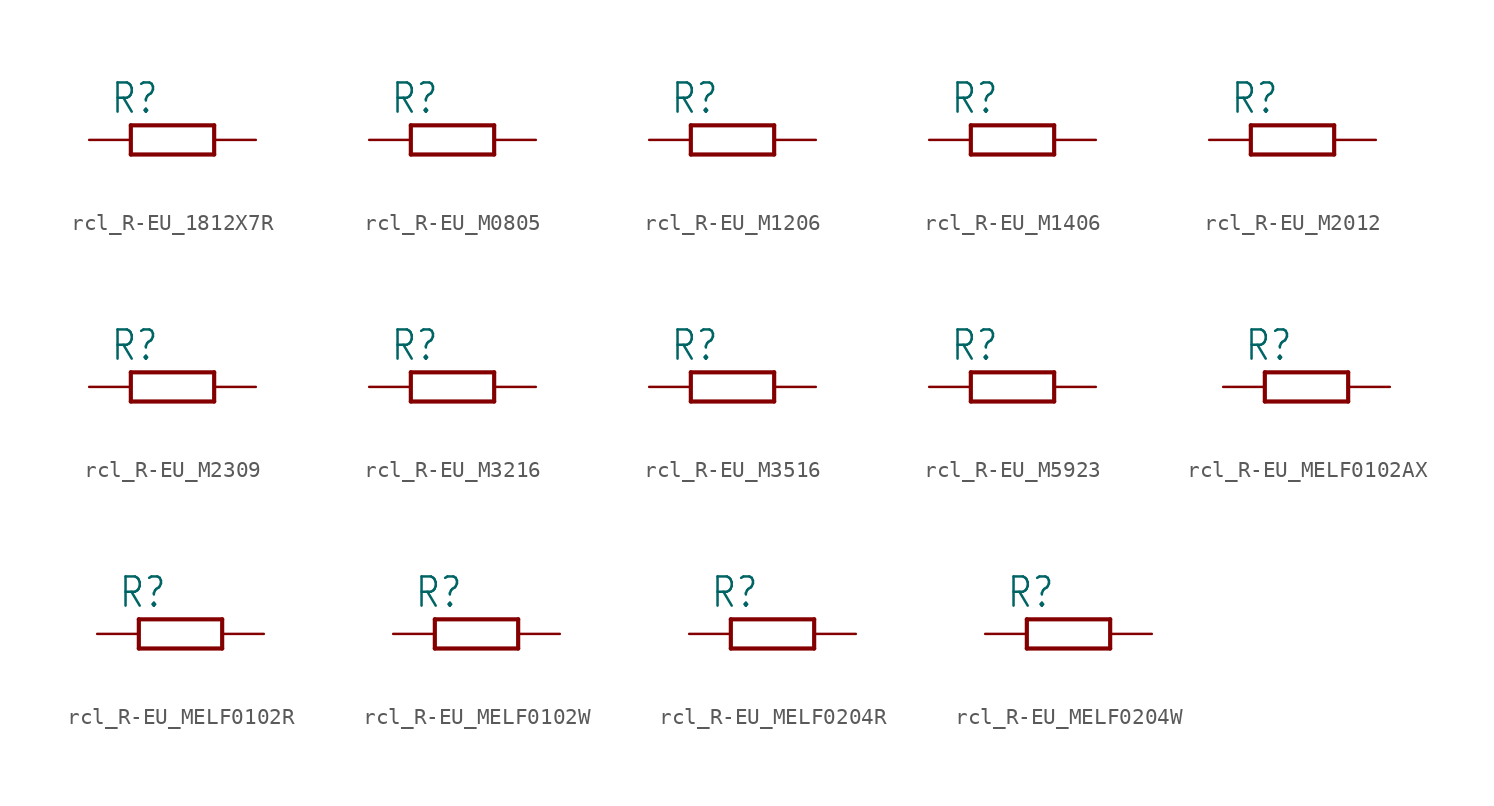
<source format=kicad_sym>
(kicad_symbol_lib
  (version 20241209)
  (generator "kicad_symbol_editor")
  (generator_version "9.0")
  (symbol "rcl_R-EU_1812X7R"
    (property "Reference" "R"
      (at -3.81 1.499 0)
      (effects (font (size 1.778 1.511)) (justify left bottom)))
    (property "Value" ""
      (at -3.81 -3.302 0)
      (effects (font (size 1.778 1.511)) (justify left bottom)))
    (property "ki_locked" ""
      (at 0 0 0)
      (effects (font (size 1.27 1.27))))
    (symbol "rcl_R-EU_1812X7R_1_0"
      (polyline (pts (xy -2.54 -0.889) (xy -2.54 0.889)) (stroke (width 0.254) (type solid)) (fill (type none)))
      (polyline (pts (xy -2.54 -0.889) (xy 2.54 -0.889)) (stroke (width 0.254) (type solid)) (fill (type none)))
      (polyline (pts (xy 2.54 0.889) (xy -2.54 0.889)) (stroke (width 0.254) (type solid)) (fill (type none)))
      (polyline (pts (xy 2.54 -0.889) (xy 2.54 0.889)) (stroke (width 0.254) (type solid)) (fill (type none)))
      (pin passive line (at -5.08 0 0) (length 2.54) (name "1" (effects (font (size 0 0)))) (number "1" (effects (font (size 0 0)))))
      (pin passive line (at 5.08 0 180) (length 2.54) (name "2" (effects (font (size 0 0)))) (number "2" (effects (font (size 0 0)))))))
  (symbol "rcl_R-EU_M0805"
    (property "Reference" "R"
      (at -3.81 1.499 0)
      (effects (font (size 1.778 1.511)) (justify left bottom)))
    (property "Value" ""
      (at -3.81 -3.302 0)
      (effects (font (size 1.778 1.511)) (justify left bottom)))
    (property "ki_locked" ""
      (at 0 0 0)
      (effects (font (size 1.27 1.27))))
    (symbol "rcl_R-EU_M0805_1_0"
      (polyline (pts (xy -2.54 -0.889) (xy -2.54 0.889)) (stroke (width 0.254) (type solid)) (fill (type none)))
      (polyline (pts (xy -2.54 -0.889) (xy 2.54 -0.889)) (stroke (width 0.254) (type solid)) (fill (type none)))
      (polyline (pts (xy 2.54 0.889) (xy -2.54 0.889)) (stroke (width 0.254) (type solid)) (fill (type none)))
      (polyline (pts (xy 2.54 -0.889) (xy 2.54 0.889)) (stroke (width 0.254) (type solid)) (fill (type none)))
      (pin passive line (at -5.08 0 0) (length 2.54) (name "1" (effects (font (size 0 0)))) (number "1" (effects (font (size 0 0)))))
      (pin passive line (at 5.08 0 180) (length 2.54) (name "2" (effects (font (size 0 0)))) (number "2" (effects (font (size 0 0)))))))
  (symbol "rcl_R-EU_M1206"
    (property "Reference" "R"
      (at -3.81 1.499 0)
      (effects (font (size 1.778 1.511)) (justify left bottom)))
    (property "Value" ""
      (at -3.81 -3.302 0)
      (effects (font (size 1.778 1.511)) (justify left bottom)))
    (property "ki_locked" ""
      (at 0 0 0)
      (effects (font (size 1.27 1.27))))
    (symbol "rcl_R-EU_M1206_1_0"
      (polyline (pts (xy -2.54 -0.889) (xy -2.54 0.889)) (stroke (width 0.254) (type solid)) (fill (type none)))
      (polyline (pts (xy -2.54 -0.889) (xy 2.54 -0.889)) (stroke (width 0.254) (type solid)) (fill (type none)))
      (polyline (pts (xy 2.54 0.889) (xy -2.54 0.889)) (stroke (width 0.254) (type solid)) (fill (type none)))
      (polyline (pts (xy 2.54 -0.889) (xy 2.54 0.889)) (stroke (width 0.254) (type solid)) (fill (type none)))
      (pin passive line (at -5.08 0 0) (length 2.54) (name "1" (effects (font (size 0 0)))) (number "1" (effects (font (size 0 0)))))
      (pin passive line (at 5.08 0 180) (length 2.54) (name "2" (effects (font (size 0 0)))) (number "2" (effects (font (size 0 0)))))))
  (symbol "rcl_R-EU_M1406"
    (property "Reference" "R"
      (at -3.81 1.499 0)
      (effects (font (size 1.778 1.511)) (justify left bottom)))
    (property "Value" ""
      (at -3.81 -3.302 0)
      (effects (font (size 1.778 1.511)) (justify left bottom)))
    (property "ki_locked" ""
      (at 0 0 0)
      (effects (font (size 1.27 1.27))))
    (symbol "rcl_R-EU_M1406_1_0"
      (polyline (pts (xy -2.54 -0.889) (xy -2.54 0.889)) (stroke (width 0.254) (type solid)) (fill (type none)))
      (polyline (pts (xy -2.54 -0.889) (xy 2.54 -0.889)) (stroke (width 0.254) (type solid)) (fill (type none)))
      (polyline (pts (xy 2.54 0.889) (xy -2.54 0.889)) (stroke (width 0.254) (type solid)) (fill (type none)))
      (polyline (pts (xy 2.54 -0.889) (xy 2.54 0.889)) (stroke (width 0.254) (type solid)) (fill (type none)))
      (pin passive line (at -5.08 0 0) (length 2.54) (name "1" (effects (font (size 0 0)))) (number "1" (effects (font (size 0 0)))))
      (pin passive line (at 5.08 0 180) (length 2.54) (name "2" (effects (font (size 0 0)))) (number "2" (effects (font (size 0 0)))))))
  (symbol "rcl_R-EU_M2012"
    (property "Reference" "R"
      (at -3.81 1.499 0)
      (effects (font (size 1.778 1.511)) (justify left bottom)))
    (property "Value" ""
      (at -3.81 -3.302 0)
      (effects (font (size 1.778 1.511)) (justify left bottom)))
    (property "ki_locked" ""
      (at 0 0 0)
      (effects (font (size 1.27 1.27))))
    (symbol "rcl_R-EU_M2012_1_0"
      (polyline (pts (xy -2.54 -0.889) (xy -2.54 0.889)) (stroke (width 0.254) (type solid)) (fill (type none)))
      (polyline (pts (xy -2.54 -0.889) (xy 2.54 -0.889)) (stroke (width 0.254) (type solid)) (fill (type none)))
      (polyline (pts (xy 2.54 0.889) (xy -2.54 0.889)) (stroke (width 0.254) (type solid)) (fill (type none)))
      (polyline (pts (xy 2.54 -0.889) (xy 2.54 0.889)) (stroke (width 0.254) (type solid)) (fill (type none)))
      (pin passive line (at -5.08 0 0) (length 2.54) (name "1" (effects (font (size 0 0)))) (number "1" (effects (font (size 0 0)))))
      (pin passive line (at 5.08 0 180) (length 2.54) (name "2" (effects (font (size 0 0)))) (number "2" (effects (font (size 0 0)))))))
  (symbol "rcl_R-EU_M2309"
    (property "Reference" "R"
      (at -3.81 1.499 0)
      (effects (font (size 1.778 1.511)) (justify left bottom)))
    (property "Value" ""
      (at -3.81 -3.302 0)
      (effects (font (size 1.778 1.511)) (justify left bottom)))
    (property "ki_locked" ""
      (at 0 0 0)
      (effects (font (size 1.27 1.27))))
    (symbol "rcl_R-EU_M2309_1_0"
      (polyline (pts (xy -2.54 -0.889) (xy -2.54 0.889)) (stroke (width 0.254) (type solid)) (fill (type none)))
      (polyline (pts (xy -2.54 -0.889) (xy 2.54 -0.889)) (stroke (width 0.254) (type solid)) (fill (type none)))
      (polyline (pts (xy 2.54 0.889) (xy -2.54 0.889)) (stroke (width 0.254) (type solid)) (fill (type none)))
      (polyline (pts (xy 2.54 -0.889) (xy 2.54 0.889)) (stroke (width 0.254) (type solid)) (fill (type none)))
      (pin passive line (at -5.08 0 0) (length 2.54) (name "1" (effects (font (size 0 0)))) (number "1" (effects (font (size 0 0)))))
      (pin passive line (at 5.08 0 180) (length 2.54) (name "2" (effects (font (size 0 0)))) (number "2" (effects (font (size 0 0)))))))
  (symbol "rcl_R-EU_M3216"
    (property "Reference" "R"
      (at -3.81 1.499 0)
      (effects (font (size 1.778 1.511)) (justify left bottom)))
    (property "Value" ""
      (at -3.81 -3.302 0)
      (effects (font (size 1.778 1.511)) (justify left bottom)))
    (property "ki_locked" ""
      (at 0 0 0)
      (effects (font (size 1.27 1.27))))
    (symbol "rcl_R-EU_M3216_1_0"
      (polyline (pts (xy -2.54 -0.889) (xy -2.54 0.889)) (stroke (width 0.254) (type solid)) (fill (type none)))
      (polyline (pts (xy -2.54 -0.889) (xy 2.54 -0.889)) (stroke (width 0.254) (type solid)) (fill (type none)))
      (polyline (pts (xy 2.54 0.889) (xy -2.54 0.889)) (stroke (width 0.254) (type solid)) (fill (type none)))
      (polyline (pts (xy 2.54 -0.889) (xy 2.54 0.889)) (stroke (width 0.254) (type solid)) (fill (type none)))
      (pin passive line (at -5.08 0 0) (length 2.54) (name "1" (effects (font (size 0 0)))) (number "1" (effects (font (size 0 0)))))
      (pin passive line (at 5.08 0 180) (length 2.54) (name "2" (effects (font (size 0 0)))) (number "2" (effects (font (size 0 0)))))))
  (symbol "rcl_R-EU_M3516"
    (property "Reference" "R"
      (at -3.81 1.499 0)
      (effects (font (size 1.778 1.511)) (justify left bottom)))
    (property "Value" ""
      (at -3.81 -3.302 0)
      (effects (font (size 1.778 1.511)) (justify left bottom)))
    (property "ki_locked" ""
      (at 0 0 0)
      (effects (font (size 1.27 1.27))))
    (symbol "rcl_R-EU_M3516_1_0"
      (polyline (pts (xy -2.54 -0.889) (xy -2.54 0.889)) (stroke (width 0.254) (type solid)) (fill (type none)))
      (polyline (pts (xy -2.54 -0.889) (xy 2.54 -0.889)) (stroke (width 0.254) (type solid)) (fill (type none)))
      (polyline (pts (xy 2.54 0.889) (xy -2.54 0.889)) (stroke (width 0.254) (type solid)) (fill (type none)))
      (polyline (pts (xy 2.54 -0.889) (xy 2.54 0.889)) (stroke (width 0.254) (type solid)) (fill (type none)))
      (pin passive line (at -5.08 0 0) (length 2.54) (name "1" (effects (font (size 0 0)))) (number "1" (effects (font (size 0 0)))))
      (pin passive line (at 5.08 0 180) (length 2.54) (name "2" (effects (font (size 0 0)))) (number "2" (effects (font (size 0 0)))))))
  (symbol "rcl_R-EU_M5923"
    (property "Reference" "R"
      (at -3.81 1.499 0)
      (effects (font (size 1.778 1.511)) (justify left bottom)))
    (property "Value" ""
      (at -3.81 -3.302 0)
      (effects (font (size 1.778 1.511)) (justify left bottom)))
    (property "ki_locked" ""
      (at 0 0 0)
      (effects (font (size 1.27 1.27))))
    (symbol "rcl_R-EU_M5923_1_0"
      (polyline (pts (xy -2.54 -0.889) (xy -2.54 0.889)) (stroke (width 0.254) (type solid)) (fill (type none)))
      (polyline (pts (xy -2.54 -0.889) (xy 2.54 -0.889)) (stroke (width 0.254) (type solid)) (fill (type none)))
      (polyline (pts (xy 2.54 0.889) (xy -2.54 0.889)) (stroke (width 0.254) (type solid)) (fill (type none)))
      (polyline (pts (xy 2.54 -0.889) (xy 2.54 0.889)) (stroke (width 0.254) (type solid)) (fill (type none)))
      (pin passive line (at -5.08 0 0) (length 2.54) (name "1" (effects (font (size 0 0)))) (number "1" (effects (font (size 0 0)))))
      (pin passive line (at 5.08 0 180) (length 2.54) (name "2" (effects (font (size 0 0)))) (number "2" (effects (font (size 0 0)))))))
  (symbol "rcl_R-EU_MELF0102AX"
    (property "Reference" "R"
      (at -3.81 1.499 0)
      (effects (font (size 1.778 1.511)) (justify left bottom)))
    (property "Value" ""
      (at -3.81 -3.302 0)
      (effects (font (size 1.778 1.511)) (justify left bottom)))
    (property "ki_locked" ""
      (at 0 0 0)
      (effects (font (size 1.27 1.27))))
    (symbol "rcl_R-EU_MELF0102AX_1_0"
      (polyline (pts (xy -2.54 -0.889) (xy -2.54 0.889)) (stroke (width 0.254) (type solid)) (fill (type none)))
      (polyline (pts (xy -2.54 -0.889) (xy 2.54 -0.889)) (stroke (width 0.254) (type solid)) (fill (type none)))
      (polyline (pts (xy 2.54 0.889) (xy -2.54 0.889)) (stroke (width 0.254) (type solid)) (fill (type none)))
      (polyline (pts (xy 2.54 -0.889) (xy 2.54 0.889)) (stroke (width 0.254) (type solid)) (fill (type none)))
      (pin passive line (at -5.08 0 0) (length 2.54) (name "1" (effects (font (size 0 0)))) (number "1" (effects (font (size 0 0)))))
      (pin passive line (at 5.08 0 180) (length 2.54) (name "2" (effects (font (size 0 0)))) (number "2" (effects (font (size 0 0)))))))
  (symbol "rcl_R-EU_MELF0102R"
    (property "Reference" "R"
      (at -3.81 1.499 0)
      (effects (font (size 1.778 1.511)) (justify left bottom)))
    (property "Value" ""
      (at -3.81 -3.302 0)
      (effects (font (size 1.778 1.511)) (justify left bottom)))
    (property "ki_locked" ""
      (at 0 0 0)
      (effects (font (size 1.27 1.27))))
    (symbol "rcl_R-EU_MELF0102R_1_0"
      (polyline (pts (xy -2.54 -0.889) (xy -2.54 0.889)) (stroke (width 0.254) (type solid)) (fill (type none)))
      (polyline (pts (xy -2.54 -0.889) (xy 2.54 -0.889)) (stroke (width 0.254) (type solid)) (fill (type none)))
      (polyline (pts (xy 2.54 0.889) (xy -2.54 0.889)) (stroke (width 0.254) (type solid)) (fill (type none)))
      (polyline (pts (xy 2.54 -0.889) (xy 2.54 0.889)) (stroke (width 0.254) (type solid)) (fill (type none)))
      (pin passive line (at -5.08 0 0) (length 2.54) (name "1" (effects (font (size 0 0)))) (number "1" (effects (font (size 0 0)))))
      (pin passive line (at 5.08 0 180) (length 2.54) (name "2" (effects (font (size 0 0)))) (number "2" (effects (font (size 0 0)))))))
  (symbol "rcl_R-EU_MELF0102W"
    (property "Reference" "R"
      (at -3.81 1.499 0)
      (effects (font (size 1.778 1.511)) (justify left bottom)))
    (property "Value" ""
      (at -3.81 -3.302 0)
      (effects (font (size 1.778 1.511)) (justify left bottom)))
    (property "ki_locked" ""
      (at 0 0 0)
      (effects (font (size 1.27 1.27))))
    (symbol "rcl_R-EU_MELF0102W_1_0"
      (polyline (pts (xy -2.54 -0.889) (xy -2.54 0.889)) (stroke (width 0.254) (type solid)) (fill (type none)))
      (polyline (pts (xy -2.54 -0.889) (xy 2.54 -0.889)) (stroke (width 0.254) (type solid)) (fill (type none)))
      (polyline (pts (xy 2.54 0.889) (xy -2.54 0.889)) (stroke (width 0.254) (type solid)) (fill (type none)))
      (polyline (pts (xy 2.54 -0.889) (xy 2.54 0.889)) (stroke (width 0.254) (type solid)) (fill (type none)))
      (pin passive line (at -5.08 0 0) (length 2.54) (name "1" (effects (font (size 0 0)))) (number "1" (effects (font (size 0 0)))))
      (pin passive line (at 5.08 0 180) (length 2.54) (name "2" (effects (font (size 0 0)))) (number "2" (effects (font (size 0 0)))))))
  (symbol "rcl_R-EU_MELF0204R"
    (property "Reference" "R"
      (at -3.81 1.499 0)
      (effects (font (size 1.778 1.511)) (justify left bottom)))
    (property "Value" ""
      (at -3.81 -3.302 0)
      (effects (font (size 1.778 1.511)) (justify left bottom)))
    (property "ki_locked" ""
      (at 0 0 0)
      (effects (font (size 1.27 1.27))))
    (symbol "rcl_R-EU_MELF0204R_1_0"
      (polyline (pts (xy -2.54 -0.889) (xy -2.54 0.889)) (stroke (width 0.254) (type solid)) (fill (type none)))
      (polyline (pts (xy -2.54 -0.889) (xy 2.54 -0.889)) (stroke (width 0.254) (type solid)) (fill (type none)))
      (polyline (pts (xy 2.54 0.889) (xy -2.54 0.889)) (stroke (width 0.254) (type solid)) (fill (type none)))
      (polyline (pts (xy 2.54 -0.889) (xy 2.54 0.889)) (stroke (width 0.254) (type solid)) (fill (type none)))
      (pin passive line (at -5.08 0 0) (length 2.54) (name "1" (effects (font (size 0 0)))) (number "1" (effects (font (size 0 0)))))
      (pin passive line (at 5.08 0 180) (length 2.54) (name "2" (effects (font (size 0 0)))) (number "2" (effects (font (size 0 0)))))))
  (symbol "rcl_R-EU_MELF0204W"
    (property "Reference" "R"
      (at -3.81 1.499 0)
      (effects (font (size 1.778 1.511)) (justify left bottom)))
    (property "Value" ""
      (at -3.81 -3.302 0)
      (effects (font (size 1.778 1.511)) (justify left bottom)))
    (property "ki_locked" ""
      (at 0 0 0)
      (effects (font (size 1.27 1.27))))
    (symbol "rcl_R-EU_MELF0204W_1_0"
      (polyline (pts (xy -2.54 -0.889) (xy -2.54 0.889)) (stroke (width 0.254) (type solid)) (fill (type none)))
      (polyline (pts (xy -2.54 -0.889) (xy 2.54 -0.889)) (stroke (width 0.254) (type solid)) (fill (type none)))
      (polyline (pts (xy 2.54 0.889) (xy -2.54 0.889)) (stroke (width 0.254) (type solid)) (fill (type none)))
      (polyline (pts (xy 2.54 -0.889) (xy 2.54 0.889)) (stroke (width 0.254) (type solid)) (fill (type none)))
      (pin passive line (at -5.08 0 0) (length 2.54) (name "1" (effects (font (size 0 0)))) (number "1" (effects (font (size 0 0)))))
      (pin passive line (at 5.08 0 180) (length 2.54) (name "2" (effects (font (size 0 0)))) (number "2" (effects (font (size 0 0))))))))
</source>
